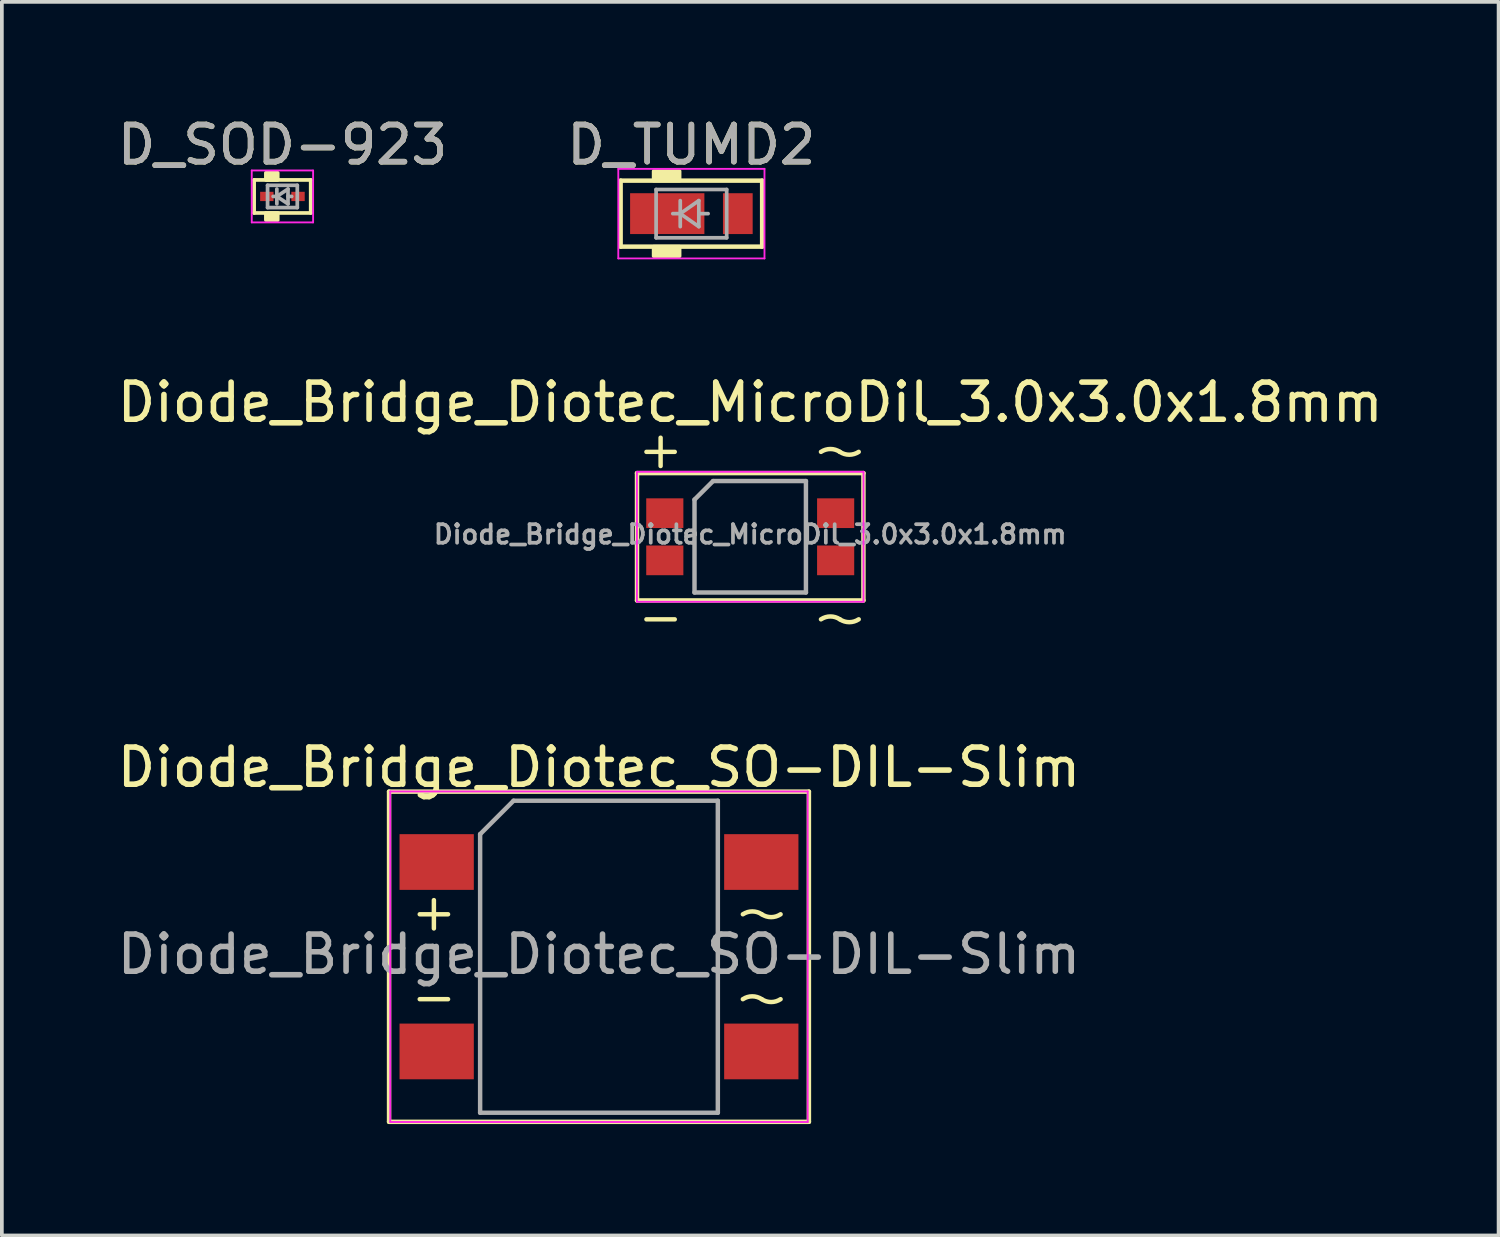
<source format=kicad_pcb>
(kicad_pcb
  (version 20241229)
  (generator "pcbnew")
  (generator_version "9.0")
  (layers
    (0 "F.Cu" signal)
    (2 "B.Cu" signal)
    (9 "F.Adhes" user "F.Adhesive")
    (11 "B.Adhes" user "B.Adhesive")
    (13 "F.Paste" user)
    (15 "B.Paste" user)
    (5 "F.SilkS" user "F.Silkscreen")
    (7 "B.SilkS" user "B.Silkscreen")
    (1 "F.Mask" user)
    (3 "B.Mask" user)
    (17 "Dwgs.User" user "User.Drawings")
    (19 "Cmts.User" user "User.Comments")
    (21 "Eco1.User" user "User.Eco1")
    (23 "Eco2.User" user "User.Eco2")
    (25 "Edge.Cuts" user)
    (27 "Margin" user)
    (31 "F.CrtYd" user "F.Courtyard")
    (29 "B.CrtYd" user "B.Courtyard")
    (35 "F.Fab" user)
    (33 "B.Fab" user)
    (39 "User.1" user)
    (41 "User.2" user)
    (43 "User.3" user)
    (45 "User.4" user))
  (footprint "Diode_Bridge_Diotec_MicroDil_3.0x3.0x1.8mm"
    (layer "F.Cu")
    (at 17.149 11.402)
    (property "Reference" "Diode_Bridge_Diotec_MicroDil_3.0x3.0x1.8mm" (at 0 -3.619 0) (layer "F.SilkS") (effects (font (size 1 1) (thickness 0.15))))
    (attr smd)
    (fp_line (start -3.048 -1.714) (end -3.048 1.714) (stroke (width 0.12) (type solid)) (layer "F.SilkS"))
    (fp_line (start -3.048 1.714) (end 3.048 1.714) (stroke (width 0.12) (type solid)) (layer "F.SilkS"))
    (fp_line (start -2.794 -2.286) (end -2.032 -2.286) (stroke (width 0.12) (type solid)) (layer "F.SilkS"))
    (fp_line (start -2.794 2.223) (end -2.032 2.223) (stroke (width 0.12) (type solid)) (layer "F.SilkS"))
    (fp_line (start -2.413 -2.667) (end -2.413 -1.905) (stroke (width 0.12) (type solid)) (layer "F.SilkS"))
    (fp_line (start 3.048 -1.714) (end -3.048 -1.714) (stroke (width 0.12) (type solid)) (layer "F.SilkS"))
    (fp_line (start 3.048 1.714) (end 3.048 -1.714) (stroke (width 0.12) (type solid)) (layer "F.SilkS"))
    (fp_arc (start 1.905001 -2.285999) (mid 2.159 -2.362904) (end 2.412999 -2.285999) (stroke (width 0.12) (type solid)) (layer "F.SilkS"))
    (fp_arc (start 1.905004 2.2225) (mid 2.159003 2.145595) (end 2.413002 2.2225) (stroke (width 0.12) (type solid)) (layer "F.SilkS"))
    (fp_arc (start 2.921 -2.286) (mid 2.667001 -2.209095) (end 2.413002 -2.286) (stroke (width 0.12) (type solid)) (layer "F.SilkS"))
    (fp_arc (start 2.921 2.2225) (mid 2.667001 2.299405) (end 2.413002 2.2225) (stroke (width 0.12) (type solid)) (layer "F.SilkS"))
    (fp_line (start -3.05 -1.75) (end -3.05 1.75) (stroke (width 0.05) (type solid)) (layer "F.CrtYd"))
    (fp_line (start -3.05 -1.75) (end 3.05 -1.75) (stroke (width 0.05) (type solid)) (layer "F.CrtYd"))
    (fp_line (start 3.05 1.75) (end -3.05 1.75) (stroke (width 0.05) (type solid)) (layer "F.CrtYd"))
    (fp_line (start 3.05 1.75) (end 3.05 -1.75) (stroke (width 0.05) (type solid)) (layer "F.CrtYd"))
    (fp_line (start -1.5 -1) (end -1.5 1.5) (stroke (width 0.12) (type solid)) (layer "F.Fab"))
    (fp_line (start -1.5 1.5) (end 1.5 1.5) (stroke (width 0.12) (type solid)) (layer "F.Fab"))
    (fp_line (start -1 -1.5) (end -1.5 -1) (stroke (width 0.12) (type solid)) (layer "F.Fab"))
    (fp_line (start 1.5 -1.5) (end -1 -1.5) (stroke (width 0.12) (type solid)) (layer "F.Fab"))
    (fp_line (start 1.5 1.5) (end 1.5 -1.5) (stroke (width 0.12) (type solid)) (layer "F.Fab"))
    (fp_text user "${REFERENCE}" (at 0 -0.065 0) (layer "F.Fab") (effects (font (size 0.5 0.5) (thickness 0.1))))
    (pad "1" smd rect (at -2.3 -0.635) (size 1 0.8) (layers "F.Cu" "F.Mask" "F.Paste"))
    (pad "2" smd rect (at -2.3 0.635) (size 1 0.8) (layers "F.Cu" "F.Mask" "F.Paste"))
    (pad "3" smd rect (at 2.3 0.635) (size 1 0.8) (layers "F.Cu" "F.Mask" "F.Paste"))
    (pad "4" smd rect (at 2.3 -0.635) (size 1 0.8) (layers "F.Cu" "F.Mask" "F.Paste")))
  (footprint "D_TUMD2"
    (layer "F.Cu")
    (at 15.565 2.702)
    (property "Reference" "D_TUMD2" (at 0 -1.854 0) (layer "F.SilkS") (effects (font (size 1 1) (thickness 0.15))))
    (attr smd)
    (fp_line (start -1.905 -0.889) (end -1.905 0.889) (stroke (width 0.12) (type solid)) (layer "F.SilkS"))
    (fp_line (start -1.905 0.889) (end 1.905 0.889) (stroke (width 0.12) (type solid)) (layer "F.SilkS"))
    (fp_line (start 1.905 -0.889) (end -1.905 -0.889) (stroke (width 0.12) (type solid)) (layer "F.SilkS"))
    (fp_line (start 1.905 0.889) (end 1.905 -0.889) (stroke (width 0.12) (type solid)) (layer "F.SilkS"))
    (fp_poly (pts (xy -0.318 -1.143) (xy -0.318 -0.889) (xy -1.016 -0.889) (xy -1.016 -1.143)) (stroke (width 0.1) (type solid)) (fill yes) (layer "F.SilkS"))
    (fp_poly (pts (xy -0.318 0.889) (xy -0.318 1.143) (xy -1.016 1.143) (xy -1.016 0.889)) (stroke (width 0.1) (type solid)) (fill yes) (layer "F.SilkS"))
    (fp_line (start -1.968 -1.206) (end 1.968 -1.206) (stroke (width 0.05) (type solid)) (layer "F.CrtYd"))
    (fp_line (start -1.968 1.206) (end -1.968 -1.206) (stroke (width 0.05) (type solid)) (layer "F.CrtYd"))
    (fp_line (start 1.968 -1.206) (end 1.968 1.206) (stroke (width 0.05) (type solid)) (layer "F.CrtYd"))
    (fp_line (start 1.968 1.206) (end -1.968 1.206) (stroke (width 0.05) (type solid)) (layer "F.CrtYd"))
    (fp_line (start -0.95 -0.65) (end 0.95 -0.65) (stroke (width 0.1) (type solid)) (layer "F.Fab"))
    (fp_line (start -0.95 0.65) (end -0.95 -0.65) (stroke (width 0.1) (type solid)) (layer "F.Fab"))
    (fp_line (start -0.3 -0.35) (end -0.3 0.35) (stroke (width 0.1) (type solid)) (layer "F.Fab"))
    (fp_line (start -0.3 0) (end -0.5 0) (stroke (width 0.1) (type solid)) (layer "F.Fab"))
    (fp_line (start -0.3 0) (end 0.2 -0.35) (stroke (width 0.1) (type solid)) (layer "F.Fab"))
    (fp_line (start 0.2 -0.35) (end 0.2 0.35) (stroke (width 0.1) (type solid)) (layer "F.Fab"))
    (fp_line (start 0.2 0) (end 0.45 0) (stroke (width 0.1) (type solid)) (layer "F.Fab"))
    (fp_line (start 0.2 0.35) (end -0.3 0) (stroke (width 0.1) (type solid)) (layer "F.Fab"))
    (fp_line (start 0.95 -0.65) (end 0.95 0.65) (stroke (width 0.1) (type solid)) (layer "F.Fab"))
    (fp_line (start 0.95 0.65) (end -0.95 0.65) (stroke (width 0.1) (type solid)) (layer "F.Fab"))
    (fp_text user "${REFERENCE}" (at 0 -1.854 0) (layer "F.Fab") (effects (font (size 1 1) (thickness 0.15))))
    (pad "1" smd rect (at -0.65 0 180) (size 2 1.1) (layers "F.Cu" "F.Mask" "F.Paste"))
    (pad "2" smd rect (at 1.25 0 180) (size 0.8 1.1) (layers "F.Cu" "F.Mask" "F.Paste")))
  (footprint "D_SOD-923"
    (layer "F.Cu")
    (at 4.554 2.239)
    (property "Reference" "D_SOD-923" (at 0 -1.391 0) (layer "F.SilkS") (effects (font (size 1 1) (thickness 0.15))))
    (attr smd)
    (fp_line (start -0.762 -0.445) (end -0.762 0.445) (stroke (width 0.1) (type solid)) (layer "F.SilkS"))
    (fp_line (start -0.762 0.445) (end 0.762 0.445) (stroke (width 0.1) (type solid)) (layer "F.SilkS"))
    (fp_line (start 0.762 -0.445) (end -0.762 -0.445) (stroke (width 0.1) (type solid)) (layer "F.SilkS"))
    (fp_line (start 0.762 0.445) (end 0.762 -0.445) (stroke (width 0.1) (type solid)) (layer "F.SilkS"))
    (fp_poly (pts (xy -0.127 -0.445) (xy -0.445 -0.445) (xy -0.445 -0.635) (xy -0.127 -0.635)) (stroke (width 0.1) (type solid)) (fill yes) (layer "F.SilkS"))
    (fp_poly (pts (xy -0.127 0.635) (xy -0.445 0.635) (xy -0.445 0.445) (xy -0.127 0.445)) (stroke (width 0.1) (type solid)) (fill yes) (layer "F.SilkS"))
    (fp_line (start -0.826 -0.699) (end -0.826 0.699) (stroke (width 0.05) (type solid)) (layer "F.CrtYd"))
    (fp_line (start -0.826 -0.699) (end 0.826 -0.699) (stroke (width 0.05) (type solid)) (layer "F.CrtYd"))
    (fp_line (start 0.826 -0.699) (end 0.826 0.699) (stroke (width 0.05) (type solid)) (layer "F.CrtYd"))
    (fp_line (start 0.826 0.699) (end -0.826 0.699) (stroke (width 0.05) (type solid)) (layer "F.CrtYd"))
    (fp_line (start -0.4 -0.3) (end 0.4 -0.3) (stroke (width 0.1) (type solid)) (layer "F.Fab"))
    (fp_line (start -0.4 0.3) (end -0.4 -0.3) (stroke (width 0.1) (type solid)) (layer "F.Fab"))
    (fp_line (start -0.15 0) (end -0.25 0) (stroke (width 0.1) (type solid)) (layer "F.Fab"))
    (fp_line (start -0.15 0) (end 0.15 0.2) (stroke (width 0.1) (type solid)) (layer "F.Fab"))
    (fp_line (start -0.15 0.2) (end -0.15 -0.2) (stroke (width 0.1) (type solid)) (layer "F.Fab"))
    (fp_line (start 0.15 -0.2) (end -0.15 0) (stroke (width 0.1) (type solid)) (layer "F.Fab"))
    (fp_line (start 0.15 0) (end 0.25 0) (stroke (width 0.1) (type solid)) (layer "F.Fab"))
    (fp_line (start 0.15 0.2) (end 0.15 -0.2) (stroke (width 0.1) (type solid)) (layer "F.Fab"))
    (fp_line (start 0.4 -0.3) (end 0.4 0.3) (stroke (width 0.1) (type solid)) (layer "F.Fab"))
    (fp_line (start 0.4 0.3) (end -0.4 0.3) (stroke (width 0.1) (type solid)) (layer "F.Fab"))
    (fp_text user "${REFERENCE}" (at 0 -1.391 0) (layer "F.Fab") (effects (font (size 1 1) (thickness 0.15))))
    (pad "1" smd rect (at -0.42 0 180) (size 0.36 0.25) (layers "F.Cu" "F.Mask" "F.Paste"))
    (pad "2" smd rect (at 0.42 0 180) (size 0.36 0.25) (layers "F.Cu" "F.Mask" "F.Paste")))
  (footprint "Diode_Bridge_Diotec_SO-DIL-Slim"
    (layer "F.Cu")
    (at 13.077 22.709)
    (property "Reference" "Diode_Bridge_Diotec_SO-DIL-Slim" (at 0 -5.1 0) (layer "F.SilkS") (effects (font (size 1 1) (thickness 0.15))))
    (attr smd)
    (fp_line (start -5.652 -4.445) (end -5.652 4.445) (stroke (width 0.12) (type solid)) (layer "F.SilkS"))
    (fp_line (start -5.652 4.445) (end 5.652 4.445) (stroke (width 0.12) (type solid)) (layer "F.SilkS"))
    (fp_line (start -4.826 -1.143) (end -4.064 -1.143) (stroke (width 0.12) (type solid)) (layer "F.SilkS"))
    (fp_line (start -4.826 1.143) (end -4.064 1.143) (stroke (width 0.12) (type solid)) (layer "F.SilkS"))
    (fp_line (start -4.445 -1.524) (end -4.445 -0.762) (stroke (width 0.12) (type solid)) (layer "F.SilkS"))
    (fp_line (start 5.652 -4.445) (end -5.652 -4.445) (stroke (width 0.12) (type solid)) (layer "F.SilkS"))
    (fp_line (start 5.652 4.445) (end 5.652 -4.445) (stroke (width 0.12) (type solid)) (layer "F.SilkS"))
    (fp_arc (start 3.873501 -1.142999) (mid 4.1275 -1.219904) (end 4.381499 -1.142999) (stroke (width 0.12) (type solid)) (layer "F.SilkS"))
    (fp_arc (start 3.873501 1.143001) (mid 4.1275 1.066096) (end 4.381499 1.143001) (stroke (width 0.12) (type solid)) (layer "F.SilkS"))
    (fp_arc (start 4.8895 -1.143) (mid 4.635501 -1.066095) (end 4.381502 -1.143) (stroke (width 0.12) (type solid)) (layer "F.SilkS"))
    (fp_arc (start 4.8895 1.143) (mid 4.635501 1.219905) (end 4.381502 1.143) (stroke (width 0.12) (type solid)) (layer "F.SilkS"))
    (fp_line (start -5.62 -4.45) (end -5.62 4.45) (stroke (width 0.05) (type solid)) (layer "F.CrtYd"))
    (fp_line (start -5.62 -4.45) (end 5.62 -4.45) (stroke (width 0.05) (type solid)) (layer "F.CrtYd"))
    (fp_line (start 5.62 4.45) (end -5.62 4.45) (stroke (width 0.05) (type solid)) (layer "F.CrtYd"))
    (fp_line (start 5.62 4.45) (end 5.62 -4.45) (stroke (width 0.05) (type solid)) (layer "F.CrtYd"))
    (fp_line (start -3.2 -3.3) (end -2.3 -4.2) (stroke (width 0.12) (type solid)) (layer "F.Fab"))
    (fp_line (start -3.2 4.2) (end -3.2 -3.3) (stroke (width 0.12) (type solid)) (layer "F.Fab"))
    (fp_line (start -2.3 -4.2) (end 3.2 -4.2) (stroke (width 0.12) (type solid)) (layer "F.Fab"))
    (fp_line (start 3.2 -4.2) (end 3.2 4.2) (stroke (width 0.12) (type solid)) (layer "F.Fab"))
    (fp_line (start 3.2 4.2) (end -3.2 4.2) (stroke (width 0.12) (type solid)) (layer "F.Fab"))
    (fp_text user "${REFERENCE}" (at 0 -0.065 0) (layer "F.Fab") (effects (font (size 1 1) (thickness 0.15))))
    (pad "1" smd rect (at -4.37 -2.55) (size 2 1.5) (layers "F.Cu" "F.Mask" "F.Paste"))
    (pad "2" smd rect (at -4.37 2.55) (size 2 1.5) (layers "F.Cu" "F.Mask" "F.Paste"))
    (pad "3" smd rect (at 4.37 2.55) (size 2 1.5) (layers "F.Cu" "F.Mask" "F.Paste"))
    (pad "4" smd rect (at 4.37 -2.55) (size 2 1.5) (layers "F.Cu" "F.Mask" "F.Paste")))
  (gr_rect
    (start -3 -3)
    (end 37.298 30.214)
    (stroke (width 0.1) (type default))
    (fill no)
    (layer "Edge.Cuts")))
</source>
